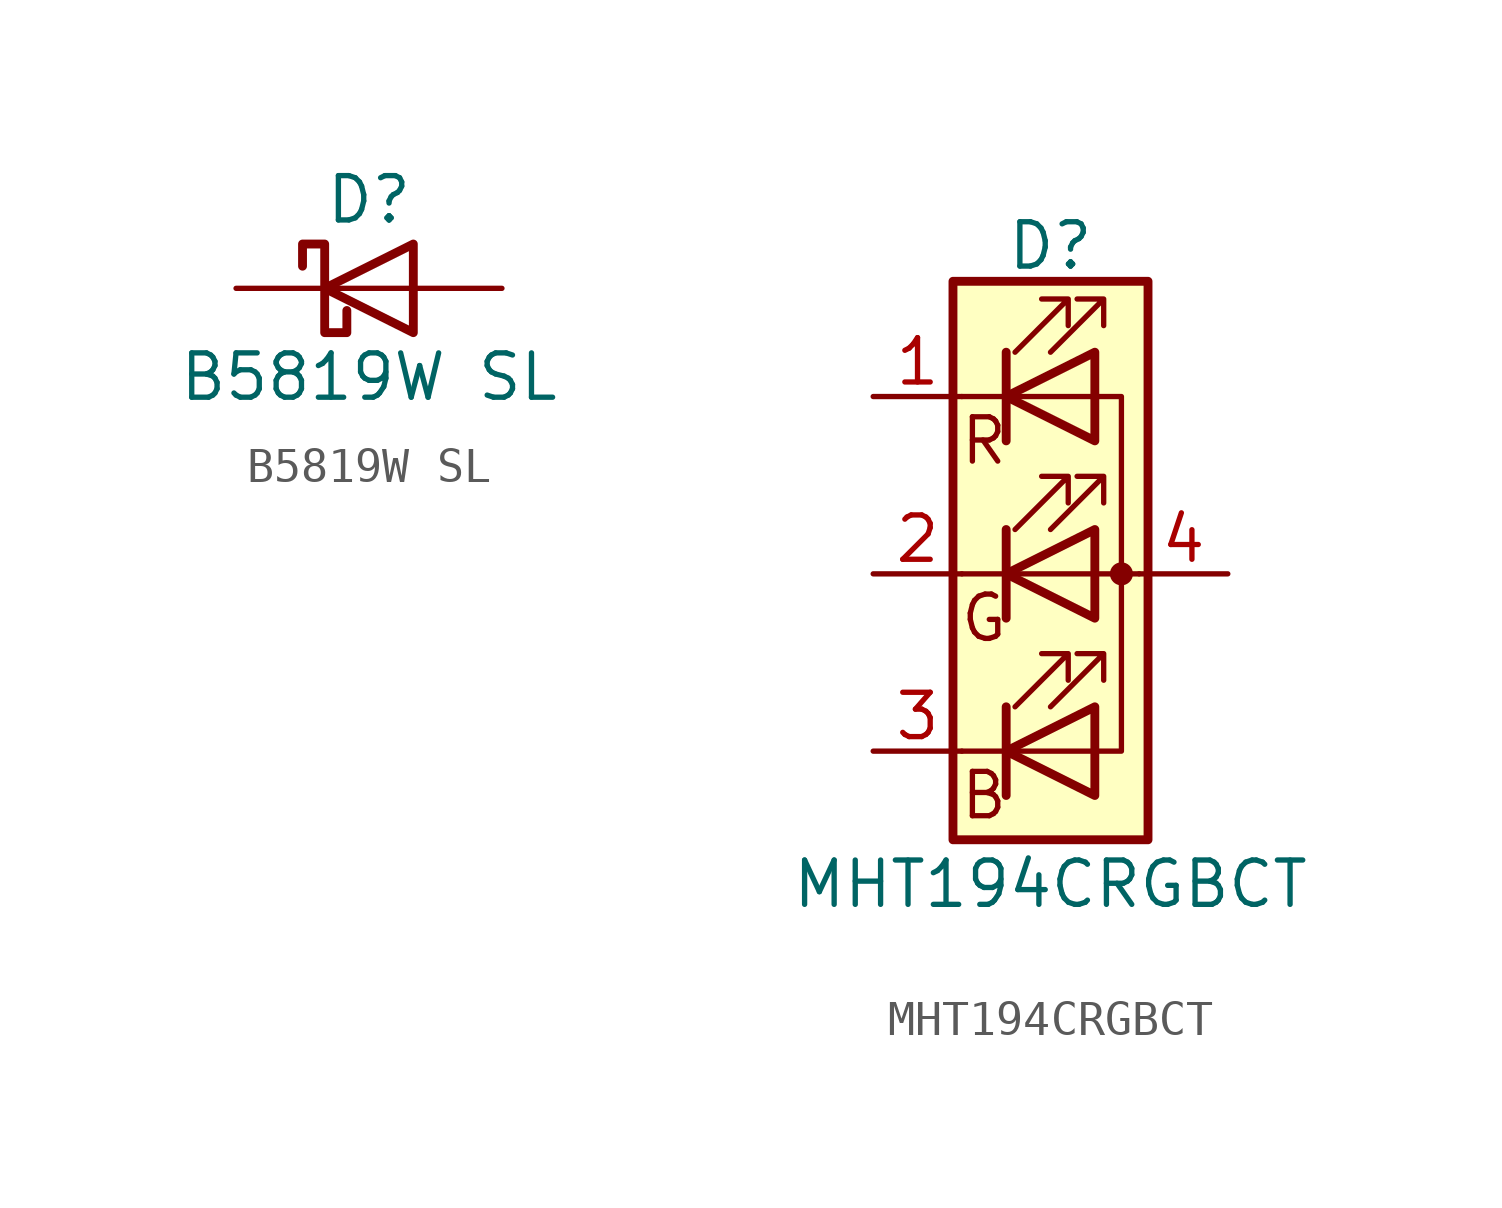
<source format=kicad_sym>
(kicad_symbol_lib
  (version 20211014)
  (generator kicad_symbol_editor)
  (symbol "B5819W SL"
    (pin_numbers hide)
    (pin_names
      (offset 1.016) hide)
    (property "Reference" "D"
      (at 0 2.54 0)
      (effects (font (size 1.27 1.27))))
    (property "Value" "B5819W SL"
      (at 0 -2.54 0)
      (effects (font (size 1.27 1.27))))
    (symbol "B5819W SL_0_1"
      (polyline (pts (xy 1.27 0) (xy -1.27 0)) (stroke (width 0) (type default) (color 0 0 0 0)) (fill (type none)))
      (polyline (pts (xy 1.27 1.27) (xy 1.27 -1.27) (xy -1.27 0) (xy 1.27 1.27)) (stroke (width 0.254) (type default) (color 0 0 0 0)) (fill (type none)))
      (polyline (pts (xy -1.905 0.635) (xy -1.905 1.27) (xy -1.27 1.27) (xy -1.27 -1.27) (xy -0.635 -1.27) (xy -0.635 -0.635)) (stroke (width 0.254) (type default) (color 0 0 0 0)) (fill (type none))))
    (symbol "B5819W SL_1_1"
      (pin passive line (at -3.81 0 0) (length 2.54) (name "K" (effects (font (size 1.27 1.27)))) (number "1" (effects (font (size 1.27 1.27)))))
      (pin passive line (at 3.81 0 180) (length 2.54) (name "A" (effects (font (size 1.27 1.27)))) (number "2" (effects (font (size 1.27 1.27)))))))
  (symbol "MHT194CRGBCT"
    (pin_names
      (offset 0) hide)
    (property "Reference" "D"
      (at 0 9.398 0)
      (effects (font (size 1.27 1.27))))
    (property "Value" "MHT194CRGBCT"
      (at 0 -8.89 0)
      (effects (font (size 1.27 1.27))))
    (symbol "MHT194CRGBCT_0_0"
      (text "B" (at -1.905 -6.35 0) (effects (font (size 1.27 1.27))))
      (text "G" (at -1.905 -1.27 0) (effects (font (size 1.27 1.27))))
      (text "R" (at -1.905 3.81 0) (effects (font (size 1.27 1.27)))))
    (symbol "MHT194CRGBCT_0_1"
      (polyline (pts (xy -1.27 -5.08) (xy -2.54 -5.08)) (stroke (width 0) (type default) (color 0 0 0 0)) (fill (type none)))
      (polyline (pts (xy -1.27 -5.08) (xy 1.27 -5.08)) (stroke (width 0) (type default) (color 0 0 0 0)) (fill (type none)))
      (polyline (pts (xy -1.27 -3.81) (xy -1.27 -6.35)) (stroke (width 0.254) (type default) (color 0 0 0 0)) (fill (type none)))
      (polyline (pts (xy -1.27 0) (xy -2.54 0)) (stroke (width 0) (type default) (color 0 0 0 0)) (fill (type none)))
      (polyline (pts (xy -1.27 1.27) (xy -1.27 -1.27)) (stroke (width 0.254) (type default) (color 0 0 0 0)) (fill (type none)))
      (polyline (pts (xy -1.27 5.08) (xy -2.54 5.08)) (stroke (width 0) (type default) (color 0 0 0 0)) (fill (type none)))
      (polyline (pts (xy -1.27 5.08) (xy 1.27 5.08)) (stroke (width 0) (type default) (color 0 0 0 0)) (fill (type none)))
      (polyline (pts (xy -1.27 6.35) (xy -1.27 3.81)) (stroke (width 0.254) (type default) (color 0 0 0 0)) (fill (type none)))
      (polyline (pts (xy 1.27 0) (xy -1.27 0)) (stroke (width 0) (type default) (color 0 0 0 0)) (fill (type none)))
      (polyline (pts (xy 1.27 0) (xy 2.54 0)) (stroke (width 0) (type default) (color 0 0 0 0)) (fill (type none)))
      (polyline (pts (xy -1.27 1.27) (xy -1.27 -1.27) (xy -1.27 -1.27)) (stroke (width 0) (type default) (color 0 0 0 0)) (fill (type none)))
      (polyline (pts (xy -1.27 6.35) (xy -1.27 3.81) (xy -1.27 3.81)) (stroke (width 0) (type default) (color 0 0 0 0)) (fill (type none)))
      (polyline (pts (xy 1.27 -5.08) (xy 2.032 -5.08) (xy 2.032 5.08) (xy 1.27 5.08)) (stroke (width 0) (type default) (color 0 0 0 0)) (fill (type none)))
      (polyline (pts (xy 1.27 -3.81) (xy 1.27 -6.35) (xy -1.27 -5.08) (xy 1.27 -3.81)) (stroke (width 0.254) (type default) (color 0 0 0 0)) (fill (type none)))
      (polyline (pts (xy 1.27 1.27) (xy 1.27 -1.27) (xy -1.27 0) (xy 1.27 1.27)) (stroke (width 0.254) (type default) (color 0 0 0 0)) (fill (type none)))
      (polyline (pts (xy 1.27 6.35) (xy 1.27 3.81) (xy -1.27 5.08) (xy 1.27 6.35)) (stroke (width 0.254) (type default) (color 0 0 0 0)) (fill (type none)))
      (polyline (pts (xy -1.016 -3.81) (xy 0.508 -2.286) (xy -0.254 -2.286) (xy 0.508 -2.286) (xy 0.508 -3.048)) (stroke (width 0) (type default) (color 0 0 0 0)) (fill (type none)))
      (polyline (pts (xy -1.016 1.27) (xy 0.508 2.794) (xy -0.254 2.794) (xy 0.508 2.794) (xy 0.508 2.032)) (stroke (width 0) (type default) (color 0 0 0 0)) (fill (type none)))
      (polyline (pts (xy -1.016 6.35) (xy 0.508 7.874) (xy -0.254 7.874) (xy 0.508 7.874) (xy 0.508 7.112)) (stroke (width 0) (type default) (color 0 0 0 0)) (fill (type none)))
      (polyline (pts (xy 0 -3.81) (xy 1.524 -2.286) (xy 0.762 -2.286) (xy 1.524 -2.286) (xy 1.524 -3.048)) (stroke (width 0) (type default) (color 0 0 0 0)) (fill (type none)))
      (polyline (pts (xy 0 1.27) (xy 1.524 2.794) (xy 0.762 2.794) (xy 1.524 2.794) (xy 1.524 2.032)) (stroke (width 0) (type default) (color 0 0 0 0)) (fill (type none)))
      (polyline (pts (xy 0 6.35) (xy 1.524 7.874) (xy 0.762 7.874) (xy 1.524 7.874) (xy 1.524 7.112)) (stroke (width 0) (type default) (color 0 0 0 0)) (fill (type none)))
      (rectangle (start 1.27 -1.27) (end 1.27 1.27) (stroke (width 0) (type default) (color 0 0 0 0)) (fill (type none)))
      (rectangle (start 1.27 1.27) (end 1.27 1.27) (stroke (width 0) (type default) (color 0 0 0 0)) (fill (type none)))
      (rectangle (start 1.27 3.81) (end 1.27 6.35) (stroke (width 0) (type default) (color 0 0 0 0)) (fill (type none)))
      (rectangle (start 1.27 6.35) (end 1.27 6.35) (stroke (width 0) (type default) (color 0 0 0 0)) (fill (type none)))
      (circle (center 2.032 0) (radius 0.254) (stroke (width 0) (type default) (color 0 0 0 0)) (fill (type outline)))
      (rectangle (start 2.794 8.382) (end -2.794 -7.62) (stroke (width 0.254) (type default) (color 0 0 0 0)) (fill (type background))))
    (symbol "MHT194CRGBCT_1_1"
      (pin passive line (at -5.08 5.08 0) (length 2.54) (name "RK" (effects (font (size 1.27 1.27)))) (number "1" (effects (font (size 1.27 1.27)))))
      (pin passive line (at -5.08 0 0) (length 2.54) (name "GK" (effects (font (size 1.27 1.27)))) (number "2" (effects (font (size 1.27 1.27)))))
      (pin passive line (at -5.08 -5.08 0) (length 2.54) (name "BK" (effects (font (size 1.27 1.27)))) (number "3" (effects (font (size 1.27 1.27)))))
      (pin passive line (at 5.08 0 180) (length 2.54) (name "A" (effects (font (size 1.27 1.27)))) (number "4" (effects (font (size 1.27 1.27))))))))
</source>
